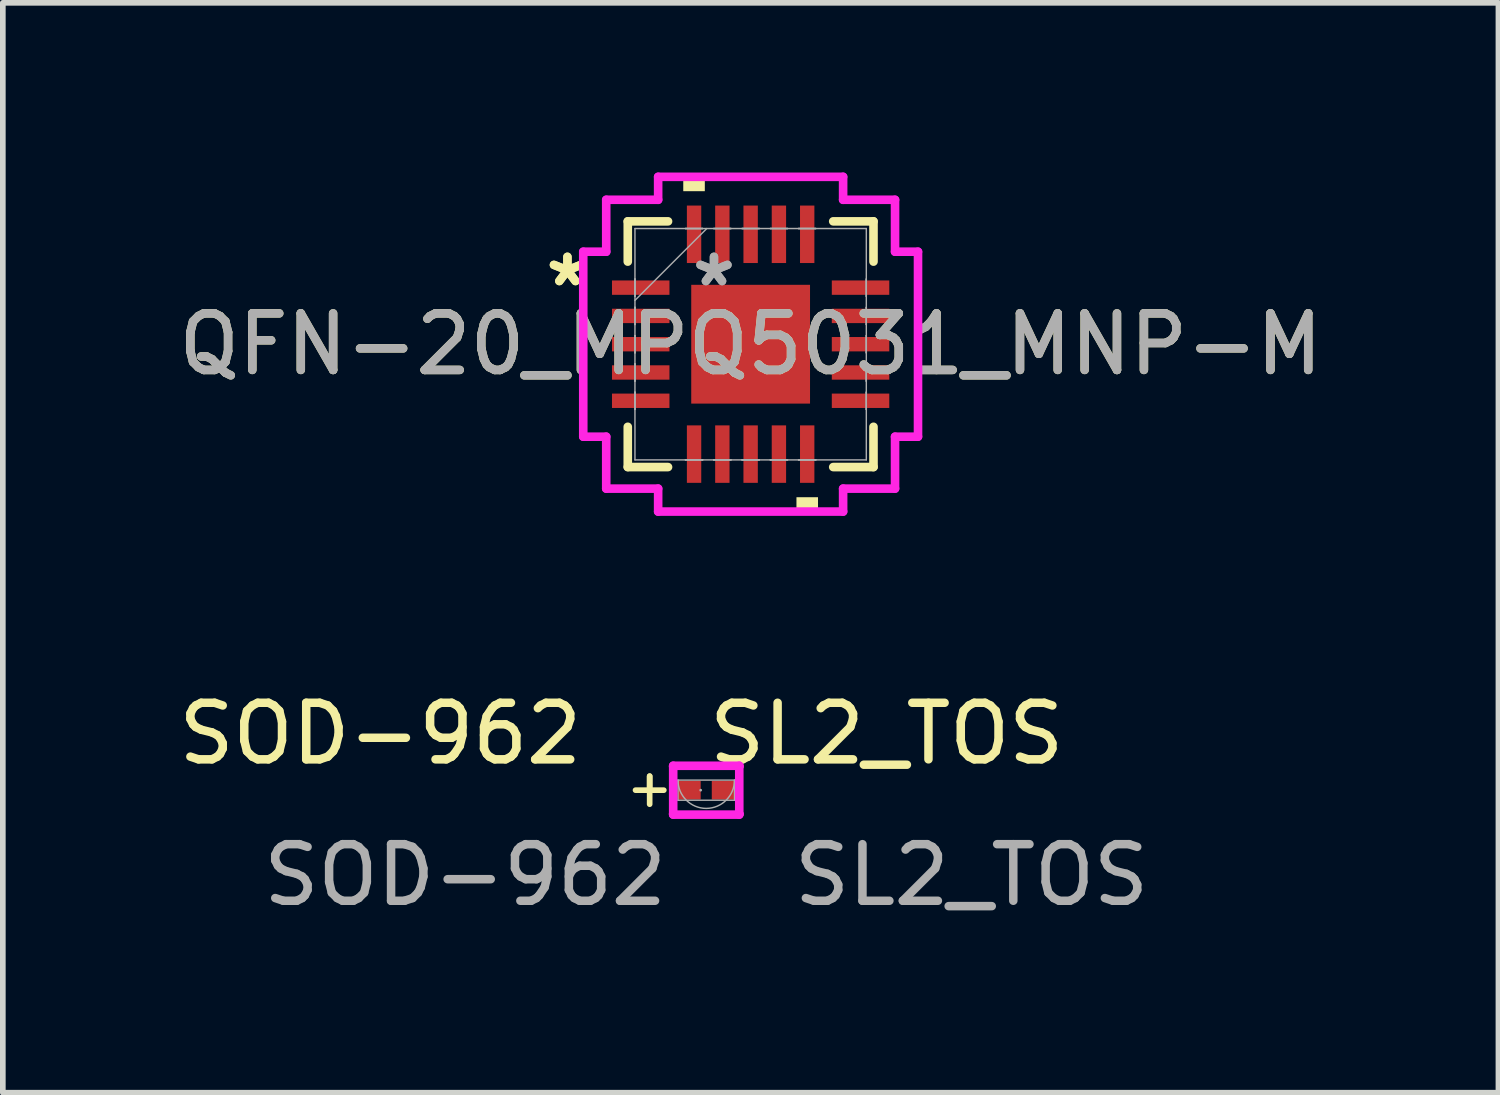
<source format=kicad_pcb>
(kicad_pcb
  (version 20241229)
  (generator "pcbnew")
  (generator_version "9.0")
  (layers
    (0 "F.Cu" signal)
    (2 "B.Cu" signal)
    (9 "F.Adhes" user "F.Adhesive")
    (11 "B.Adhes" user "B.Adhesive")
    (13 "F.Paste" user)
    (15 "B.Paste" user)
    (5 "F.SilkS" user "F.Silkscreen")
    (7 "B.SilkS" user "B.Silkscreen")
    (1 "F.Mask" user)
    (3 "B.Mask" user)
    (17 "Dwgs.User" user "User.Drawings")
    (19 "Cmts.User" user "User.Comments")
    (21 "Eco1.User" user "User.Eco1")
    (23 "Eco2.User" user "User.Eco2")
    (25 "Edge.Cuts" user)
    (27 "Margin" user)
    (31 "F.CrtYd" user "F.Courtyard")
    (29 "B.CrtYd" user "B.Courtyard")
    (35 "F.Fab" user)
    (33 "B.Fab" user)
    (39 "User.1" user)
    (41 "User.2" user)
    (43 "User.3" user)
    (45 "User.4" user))
  (footprint "QFN-20_MPQ5031_MNP-M"
    (layer "F.Cu")
    (at 10.22 3.035)
    (property "Reference" "QFN-20_MPQ5031_MNP-M" (at 0 0 0) (unlocked yes) (layer "F.SilkS") (effects (font (size 1 1) (thickness 0.15))))
    (attr smd)
    (fp_line (start -2.172 -2.172) (end -2.172 -1.46) (stroke (width 0.152) (type solid)) (layer "F.SilkS"))
    (fp_line (start -2.172 1.46) (end -2.172 2.172) (stroke (width 0.152) (type solid)) (layer "F.SilkS"))
    (fp_line (start -2.172 2.172) (end -1.46 2.172) (stroke (width 0.152) (type solid)) (layer "F.SilkS"))
    (fp_line (start -1.46 -2.172) (end -2.172 -2.172) (stroke (width 0.152) (type solid)) (layer "F.SilkS"))
    (fp_line (start 1.46 2.172) (end 2.172 2.172) (stroke (width 0.152) (type solid)) (layer "F.SilkS"))
    (fp_line (start 2.172 -2.172) (end 1.46 -2.172) (stroke (width 0.152) (type solid)) (layer "F.SilkS"))
    (fp_line (start 2.172 -1.46) (end 2.172 -2.172) (stroke (width 0.152) (type solid)) (layer "F.SilkS"))
    (fp_line (start 2.172 2.172) (end 2.172 1.46) (stroke (width 0.152) (type solid)) (layer "F.SilkS"))
    (fp_poly (pts (xy -1.191 -2.705) (xy -1.191 -2.959) (xy -0.81 -2.959) (xy -0.81 -2.705)) (stroke (width 0) (type solid)) (fill yes) (layer "F.SilkS"))
    (fp_poly (pts (xy 0.81 2.705) (xy 0.81 2.959) (xy 1.191 2.959) (xy 1.191 2.705)) (stroke (width 0) (type solid)) (fill yes) (layer "F.SilkS"))
    (fp_line (start -2.959 -1.635) (end -2.553 -1.635) (stroke (width 0.152) (type solid)) (layer "F.CrtYd"))
    (fp_line (start -2.959 1.635) (end -2.959 -1.635) (stroke (width 0.152) (type solid)) (layer "F.CrtYd"))
    (fp_line (start -2.553 -2.553) (end -1.635 -2.553) (stroke (width 0.152) (type solid)) (layer "F.CrtYd"))
    (fp_line (start -2.553 -1.635) (end -2.553 -2.553) (stroke (width 0.152) (type solid)) (layer "F.CrtYd"))
    (fp_line (start -2.553 1.635) (end -2.959 1.635) (stroke (width 0.152) (type solid)) (layer "F.CrtYd"))
    (fp_line (start -2.553 2.553) (end -2.553 1.635) (stroke (width 0.152) (type solid)) (layer "F.CrtYd"))
    (fp_line (start -1.635 -2.959) (end 1.635 -2.959) (stroke (width 0.152) (type solid)) (layer "F.CrtYd"))
    (fp_line (start -1.635 -2.553) (end -1.635 -2.959) (stroke (width 0.152) (type solid)) (layer "F.CrtYd"))
    (fp_line (start -1.635 2.553) (end -2.553 2.553) (stroke (width 0.152) (type solid)) (layer "F.CrtYd"))
    (fp_line (start -1.635 2.959) (end -1.635 2.553) (stroke (width 0.152) (type solid)) (layer "F.CrtYd"))
    (fp_line (start 1.635 -2.959) (end 1.635 -2.553) (stroke (width 0.152) (type solid)) (layer "F.CrtYd"))
    (fp_line (start 1.635 -2.553) (end 2.553 -2.553) (stroke (width 0.152) (type solid)) (layer "F.CrtYd"))
    (fp_line (start 1.635 2.553) (end 1.635 2.959) (stroke (width 0.152) (type solid)) (layer "F.CrtYd"))
    (fp_line (start 1.635 2.959) (end -1.635 2.959) (stroke (width 0.152) (type solid)) (layer "F.CrtYd"))
    (fp_line (start 2.553 -2.553) (end 2.553 -1.635) (stroke (width 0.152) (type solid)) (layer "F.CrtYd"))
    (fp_line (start 2.553 -1.635) (end 2.959 -1.635) (stroke (width 0.152) (type solid)) (layer "F.CrtYd"))
    (fp_line (start 2.553 1.635) (end 2.553 2.553) (stroke (width 0.152) (type solid)) (layer "F.CrtYd"))
    (fp_line (start 2.553 2.553) (end 1.635 2.553) (stroke (width 0.152) (type solid)) (layer "F.CrtYd"))
    (fp_line (start 2.959 -1.635) (end 2.959 1.635) (stroke (width 0.152) (type solid)) (layer "F.CrtYd"))
    (fp_line (start 2.959 1.635) (end 2.553 1.635) (stroke (width 0.152) (type solid)) (layer "F.CrtYd"))
    (fp_line (start -2.045 -2.045) (end -2.045 2.045) (stroke (width 0.025) (type solid)) (layer "F.Fab"))
    (fp_line (start -2.045 -1.152) (end -2.045 -1.152) (stroke (width 0.025) (type solid)) (layer "F.Fab"))
    (fp_line (start -2.045 -1.152) (end -2.045 -0.848) (stroke (width 0.025) (type solid)) (layer "F.Fab"))
    (fp_line (start -2.045 -0.848) (end -2.045 -1.152) (stroke (width 0.025) (type solid)) (layer "F.Fab"))
    (fp_line (start -2.045 -0.848) (end -2.045 -0.848) (stroke (width 0.025) (type solid)) (layer "F.Fab"))
    (fp_line (start -2.045 -0.775) (end -0.775 -2.045) (stroke (width 0.025) (type solid)) (layer "F.Fab"))
    (fp_line (start -2.045 -0.652) (end -2.045 -0.652) (stroke (width 0.025) (type solid)) (layer "F.Fab"))
    (fp_line (start -2.045 -0.652) (end -2.045 -0.348) (stroke (width 0.025) (type solid)) (layer "F.Fab"))
    (fp_line (start -2.045 -0.348) (end -2.045 -0.652) (stroke (width 0.025) (type solid)) (layer "F.Fab"))
    (fp_line (start -2.045 -0.348) (end -2.045 -0.348) (stroke (width 0.025) (type solid)) (layer "F.Fab"))
    (fp_line (start -2.045 -0.152) (end -2.045 -0.152) (stroke (width 0.025) (type solid)) (layer "F.Fab"))
    (fp_line (start -2.045 -0.152) (end -2.045 0.152) (stroke (width 0.025) (type solid)) (layer "F.Fab"))
    (fp_line (start -2.045 0.152) (end -2.045 -0.152) (stroke (width 0.025) (type solid)) (layer "F.Fab"))
    (fp_line (start -2.045 0.152) (end -2.045 0.152) (stroke (width 0.025) (type solid)) (layer "F.Fab"))
    (fp_line (start -2.045 0.348) (end -2.045 0.348) (stroke (width 0.025) (type solid)) (layer "F.Fab"))
    (fp_line (start -2.045 0.348) (end -2.045 0.652) (stroke (width 0.025) (type solid)) (layer "F.Fab"))
    (fp_line (start -2.045 0.652) (end -2.045 0.348) (stroke (width 0.025) (type solid)) (layer "F.Fab"))
    (fp_line (start -2.045 0.652) (end -2.045 0.652) (stroke (width 0.025) (type solid)) (layer "F.Fab"))
    (fp_line (start -2.045 0.848) (end -2.045 0.848) (stroke (width 0.025) (type solid)) (layer "F.Fab"))
    (fp_line (start -2.045 0.848) (end -2.045 1.152) (stroke (width 0.025) (type solid)) (layer "F.Fab"))
    (fp_line (start -2.045 1.152) (end -2.045 0.848) (stroke (width 0.025) (type solid)) (layer "F.Fab"))
    (fp_line (start -2.045 1.152) (end -2.045 1.152) (stroke (width 0.025) (type solid)) (layer "F.Fab"))
    (fp_line (start -2.045 2.045) (end 2.045 2.045) (stroke (width 0.025) (type solid)) (layer "F.Fab"))
    (fp_line (start -1.152 -2.045) (end -1.152 -2.045) (stroke (width 0.025) (type solid)) (layer "F.Fab"))
    (fp_line (start -1.152 -2.045) (end -0.848 -2.045) (stroke (width 0.025) (type solid)) (layer "F.Fab"))
    (fp_line (start -1.152 2.045) (end -1.152 2.045) (stroke (width 0.025) (type solid)) (layer "F.Fab"))
    (fp_line (start -1.152 2.045) (end -0.848 2.045) (stroke (width 0.025) (type solid)) (layer "F.Fab"))
    (fp_line (start -0.848 -2.045) (end -1.152 -2.045) (stroke (width 0.025) (type solid)) (layer "F.Fab"))
    (fp_line (start -0.848 -2.045) (end -0.848 -2.045) (stroke (width 0.025) (type solid)) (layer "F.Fab"))
    (fp_line (start -0.848 2.045) (end -1.152 2.045) (stroke (width 0.025) (type solid)) (layer "F.Fab"))
    (fp_line (start -0.848 2.045) (end -0.848 2.045) (stroke (width 0.025) (type solid)) (layer "F.Fab"))
    (fp_line (start -0.652 -2.045) (end -0.652 -2.045) (stroke (width 0.025) (type solid)) (layer "F.Fab"))
    (fp_line (start -0.652 -2.045) (end -0.348 -2.045) (stroke (width 0.025) (type solid)) (layer "F.Fab"))
    (fp_line (start -0.652 2.045) (end -0.652 2.045) (stroke (width 0.025) (type solid)) (layer "F.Fab"))
    (fp_line (start -0.652 2.045) (end -0.348 2.045) (stroke (width 0.025) (type solid)) (layer "F.Fab"))
    (fp_line (start -0.348 -2.045) (end -0.652 -2.045) (stroke (width 0.025) (type solid)) (layer "F.Fab"))
    (fp_line (start -0.348 -2.045) (end -0.348 -2.045) (stroke (width 0.025) (type solid)) (layer "F.Fab"))
    (fp_line (start -0.348 2.045) (end -0.652 2.045) (stroke (width 0.025) (type solid)) (layer "F.Fab"))
    (fp_line (start -0.348 2.045) (end -0.348 2.045) (stroke (width 0.025) (type solid)) (layer "F.Fab"))
    (fp_line (start -0.152 -2.045) (end -0.152 -2.045) (stroke (width 0.025) (type solid)) (layer "F.Fab"))
    (fp_line (start -0.152 -2.045) (end 0.152 -2.045) (stroke (width 0.025) (type solid)) (layer "F.Fab"))
    (fp_line (start -0.152 2.045) (end -0.152 2.045) (stroke (width 0.025) (type solid)) (layer "F.Fab"))
    (fp_line (start -0.152 2.045) (end 0.152 2.045) (stroke (width 0.025) (type solid)) (layer "F.Fab"))
    (fp_line (start 0.152 -2.045) (end -0.152 -2.045) (stroke (width 0.025) (type solid)) (layer "F.Fab"))
    (fp_line (start 0.152 -2.045) (end 0.152 -2.045) (stroke (width 0.025) (type solid)) (layer "F.Fab"))
    (fp_line (start 0.152 2.045) (end -0.152 2.045) (stroke (width 0.025) (type solid)) (layer "F.Fab"))
    (fp_line (start 0.152 2.045) (end 0.152 2.045) (stroke (width 0.025) (type solid)) (layer "F.Fab"))
    (fp_line (start 0.348 -2.045) (end 0.348 -2.045) (stroke (width 0.025) (type solid)) (layer "F.Fab"))
    (fp_line (start 0.348 -2.045) (end 0.652 -2.045) (stroke (width 0.025) (type solid)) (layer "F.Fab"))
    (fp_line (start 0.348 2.045) (end 0.348 2.045) (stroke (width 0.025) (type solid)) (layer "F.Fab"))
    (fp_line (start 0.348 2.045) (end 0.652 2.045) (stroke (width 0.025) (type solid)) (layer "F.Fab"))
    (fp_line (start 0.652 -2.045) (end 0.348 -2.045) (stroke (width 0.025) (type solid)) (layer "F.Fab"))
    (fp_line (start 0.652 -2.045) (end 0.652 -2.045) (stroke (width 0.025) (type solid)) (layer "F.Fab"))
    (fp_line (start 0.652 2.045) (end 0.348 2.045) (stroke (width 0.025) (type solid)) (layer "F.Fab"))
    (fp_line (start 0.652 2.045) (end 0.652 2.045) (stroke (width 0.025) (type solid)) (layer "F.Fab"))
    (fp_line (start 0.848 -2.045) (end 0.848 -2.045) (stroke (width 0.025) (type solid)) (layer "F.Fab"))
    (fp_line (start 0.848 -2.045) (end 1.152 -2.045) (stroke (width 0.025) (type solid)) (layer "F.Fab"))
    (fp_line (start 0.848 2.045) (end 0.848 2.045) (stroke (width 0.025) (type solid)) (layer "F.Fab"))
    (fp_line (start 0.848 2.045) (end 1.152 2.045) (stroke (width 0.025) (type solid)) (layer "F.Fab"))
    (fp_line (start 1.152 -2.045) (end 0.848 -2.045) (stroke (width 0.025) (type solid)) (layer "F.Fab"))
    (fp_line (start 1.152 -2.045) (end 1.152 -2.045) (stroke (width 0.025) (type solid)) (layer "F.Fab"))
    (fp_line (start 1.152 2.045) (end 0.848 2.045) (stroke (width 0.025) (type solid)) (layer "F.Fab"))
    (fp_line (start 1.152 2.045) (end 1.152 2.045) (stroke (width 0.025) (type solid)) (layer "F.Fab"))
    (fp_line (start 2.045 -2.045) (end -2.045 -2.045) (stroke (width 0.025) (type solid)) (layer "F.Fab"))
    (fp_line (start 2.045 -1.152) (end 2.045 -1.152) (stroke (width 0.025) (type solid)) (layer "F.Fab"))
    (fp_line (start 2.045 -1.152) (end 2.045 -0.848) (stroke (width 0.025) (type solid)) (layer "F.Fab"))
    (fp_line (start 2.045 -0.848) (end 2.045 -1.152) (stroke (width 0.025) (type solid)) (layer "F.Fab"))
    (fp_line (start 2.045 -0.848) (end 2.045 -0.848) (stroke (width 0.025) (type solid)) (layer "F.Fab"))
    (fp_line (start 2.045 -0.652) (end 2.045 -0.652) (stroke (width 0.025) (type solid)) (layer "F.Fab"))
    (fp_line (start 2.045 -0.652) (end 2.045 -0.348) (stroke (width 0.025) (type solid)) (layer "F.Fab"))
    (fp_line (start 2.045 -0.348) (end 2.045 -0.652) (stroke (width 0.025) (type solid)) (layer "F.Fab"))
    (fp_line (start 2.045 -0.348) (end 2.045 -0.348) (stroke (width 0.025) (type solid)) (layer "F.Fab"))
    (fp_line (start 2.045 -0.152) (end 2.045 -0.152) (stroke (width 0.025) (type solid)) (layer "F.Fab"))
    (fp_line (start 2.045 -0.152) (end 2.045 0.152) (stroke (width 0.025) (type solid)) (layer "F.Fab"))
    (fp_line (start 2.045 0.152) (end 2.045 -0.152) (stroke (width 0.025) (type solid)) (layer "F.Fab"))
    (fp_line (start 2.045 0.152) (end 2.045 0.152) (stroke (width 0.025) (type solid)) (layer "F.Fab"))
    (fp_line (start 2.045 0.348) (end 2.045 0.348) (stroke (width 0.025) (type solid)) (layer "F.Fab"))
    (fp_line (start 2.045 0.348) (end 2.045 0.652) (stroke (width 0.025) (type solid)) (layer "F.Fab"))
    (fp_line (start 2.045 0.652) (end 2.045 0.348) (stroke (width 0.025) (type solid)) (layer "F.Fab"))
    (fp_line (start 2.045 0.652) (end 2.045 0.652) (stroke (width 0.025) (type solid)) (layer "F.Fab"))
    (fp_line (start 2.045 0.848) (end 2.045 0.848) (stroke (width 0.025) (type solid)) (layer "F.Fab"))
    (fp_line (start 2.045 0.848) (end 2.045 1.152) (stroke (width 0.025) (type solid)) (layer "F.Fab"))
    (fp_line (start 2.045 1.152) (end 2.045 0.848) (stroke (width 0.025) (type solid)) (layer "F.Fab"))
    (fp_line (start 2.045 1.152) (end 2.045 1.152) (stroke (width 0.025) (type solid)) (layer "F.Fab"))
    (fp_line (start 2.045 2.045) (end 2.045 -2.045) (stroke (width 0.025) (type solid)) (layer "F.Fab"))
    (fp_text user "*" (at -3.239 -1 0) (layer "F.SilkS") (effects (font (size 1 1) (thickness 0.15))))
    (fp_text user "*" (at -3.239 -1 0) (unlocked yes) (layer "F.SilkS") (effects (font (size 1 1) (thickness 0.15))))
    (fp_text user "${REFERENCE}" (at 0 0 0) (unlocked yes) (layer "F.Fab") (effects (font (size 1 1) (thickness 0.15))))
    (fp_text user "*" (at -0.648 -1 0) (layer "F.Fab") (effects (font (size 1 1) (thickness 0.15))))
    (fp_text user "*" (at -0.648 -1 0) (unlocked yes) (layer "F.Fab") (effects (font (size 1 1) (thickness 0.15))))
    (pad "1" smd rect (at -1.943 -1 90) (size 0.254 1.016) (layers "F.Cu" "F.Mask" "F.Paste"))
    (pad "2" smd rect (at -1.943 -0.5 90) (size 0.254 1.016) (layers "F.Cu" "F.Mask" "F.Paste"))
    (pad "3" smd rect (at -1.943 0 90) (size 0.254 1.016) (layers "F.Cu" "F.Mask" "F.Paste"))
    (pad "4" smd rect (at -1.943 0.5 90) (size 0.254 1.016) (layers "F.Cu" "F.Mask" "F.Paste"))
    (pad "5" smd rect (at -1.943 1 90) (size 0.254 1.016) (layers "F.Cu" "F.Mask" "F.Paste"))
    (pad "6" smd rect (at -1 1.943) (size 0.254 1.016) (layers "F.Cu" "F.Mask" "F.Paste"))
    (pad "7" smd rect (at -0.5 1.943) (size 0.254 1.016) (layers "F.Cu" "F.Mask" "F.Paste"))
    (pad "8" smd rect (at 0 1.943) (size 0.254 1.016) (layers "F.Cu" "F.Mask" "F.Paste"))
    (pad "9" smd rect (at 0.5 1.943) (size 0.254 1.016) (layers "F.Cu" "F.Mask" "F.Paste"))
    (pad "10" smd rect (at 1 1.943) (size 0.254 1.016) (layers "F.Cu" "F.Mask" "F.Paste"))
    (pad "11" smd rect (at 1.943 1 90) (size 0.254 1.016) (layers "F.Cu" "F.Mask" "F.Paste"))
    (pad "12" smd rect (at 1.943 0.5 90) (size 0.254 1.016) (layers "F.Cu" "F.Mask" "F.Paste"))
    (pad "13" smd rect (at 1.943 0 90) (size 0.254 1.016) (layers "F.Cu" "F.Mask" "F.Paste"))
    (pad "14" smd rect (at 1.943 -0.5 90) (size 0.254 1.016) (layers "F.Cu" "F.Mask" "F.Paste"))
    (pad "15" smd rect (at 1.943 -1 90) (size 0.254 1.016) (layers "F.Cu" "F.Mask" "F.Paste"))
    (pad "16" smd rect (at 1 -1.943) (size 0.254 1.016) (layers "F.Cu" "F.Mask" "F.Paste"))
    (pad "17" smd rect (at 0.5 -1.943) (size 0.254 1.016) (layers "F.Cu" "F.Mask" "F.Paste"))
    (pad "18" smd rect (at 0 -1.943) (size 0.254 1.016) (layers "F.Cu" "F.Mask" "F.Paste"))
    (pad "19" smd rect (at -0.5 -1.943) (size 0.254 1.016) (layers "F.Cu" "F.Mask" "F.Paste"))
    (pad "20" smd rect (at -1 -1.943) (size 0.254 1.016) (layers "F.Cu" "F.Mask" "F.Paste"))
    (pad "21" smd rect (at 0 0) (size 2.1 2.1) (layers "F.Cu" "F.Mask" "F.Paste")))
  (footprint "SOD-962   SL2_TOS"
    (layer "F.Cu")
    (at 9.435 10.919)
    (property "Reference" "SOD-962   SL2_TOS" (at -1.5 -1 0) (unlocked yes) (layer "F.SilkS") (effects (font (size 1 1) (thickness 0.15))))
    (attr smd)
    (fp_line (start -1 -0.248) (end -1 0.248) (stroke (width 0.1) (type default)) (layer "F.SilkS"))
    (fp_line (start -1 -0.015) (end -1 -0.248) (stroke (width 0.1) (type default)) (layer "F.SilkS"))
    (fp_line (start -0.75 0.000001) (end -1.25 0.000001) (stroke (width 0.1) (type default)) (layer "F.SilkS"))
    (fp_line (start -0.584 -0.432) (end 0.584 -0.432) (stroke (width 0.152) (type solid)) (layer "F.CrtYd"))
    (fp_line (start -0.584 -0.419) (end -0.584 -0.432) (stroke (width 0.152) (type solid)) (layer "F.CrtYd"))
    (fp_line (start -0.584 -0.419) (end -0.584 -0.419) (stroke (width 0.152) (type solid)) (layer "F.CrtYd"))
    (fp_line (start -0.584 0.419) (end -0.584 -0.419) (stroke (width 0.152) (type solid)) (layer "F.CrtYd"))
    (fp_line (start -0.584 0.419) (end -0.584 0.419) (stroke (width 0.152) (type solid)) (layer "F.CrtYd"))
    (fp_line (start -0.584 0.432) (end -0.584 0.419) (stroke (width 0.152) (type solid)) (layer "F.CrtYd"))
    (fp_line (start 0.584 -0.432) (end 0.584 -0.419) (stroke (width 0.152) (type solid)) (layer "F.CrtYd"))
    (fp_line (start 0.584 -0.419) (end 0.584 -0.419) (stroke (width 0.152) (type solid)) (layer "F.CrtYd"))
    (fp_line (start 0.584 -0.419) (end 0.584 0.419) (stroke (width 0.152) (type solid)) (layer "F.CrtYd"))
    (fp_line (start 0.584 0.419) (end 0.584 0.419) (stroke (width 0.152) (type solid)) (layer "F.CrtYd"))
    (fp_line (start 0.584 0.419) (end 0.584 0.432) (stroke (width 0.152) (type solid)) (layer "F.CrtYd"))
    (fp_line (start 0.584 0.432) (end -0.584 0.432) (stroke (width 0.152) (type solid)) (layer "F.CrtYd"))
    (fp_line (start -0.5 -0.178) (end -0.5 0.178) (stroke (width 0.025) (type solid)) (layer "F.Fab"))
    (fp_line (start -0.5 0.178) (end 0.5 0.178) (stroke (width 0.025) (type solid)) (layer "F.Fab"))
    (fp_line (start 0.5 -0.178) (end -0.5 -0.178) (stroke (width 0.025) (type solid)) (layer "F.Fab"))
    (fp_line (start 0.5 0.178) (end 0.5 -0.178) (stroke (width 0.025) (type solid)) (layer "F.Fab"))
    (fp_arc (start 0.5 -0.1778) (mid 0 0.3222) (end -0.5 -0.1778) (stroke (width 0.0254) (type solid)) (layer "F.Fab"))
    (fp_circle (center -0.098 0) (end -0.098 0) (stroke (width 0.025) (type solid)) (fill no) (layer "F.Fab"))
    (fp_text user "${REFERENCE}" (at 0 1.5 0) (unlocked yes) (layer "F.Fab") (effects (font (size 1 1) (thickness 0.15))))
    (pad "1" smd rect (at -0.299 0) (size 0.402 0.33) (layers "F.Cu" "F.Mask" "F.Paste"))
    (pad "2" smd rect (at 0.299 0) (size 0.402 0.33) (layers "F.Cu" "F.Mask" "F.Paste")))
  (gr_rect
    (start -3 -3)
    (end 23.44 16.267)
    (stroke (width 0.1) (type default))
    (fill no)
    (layer "Edge.Cuts")))
</source>
